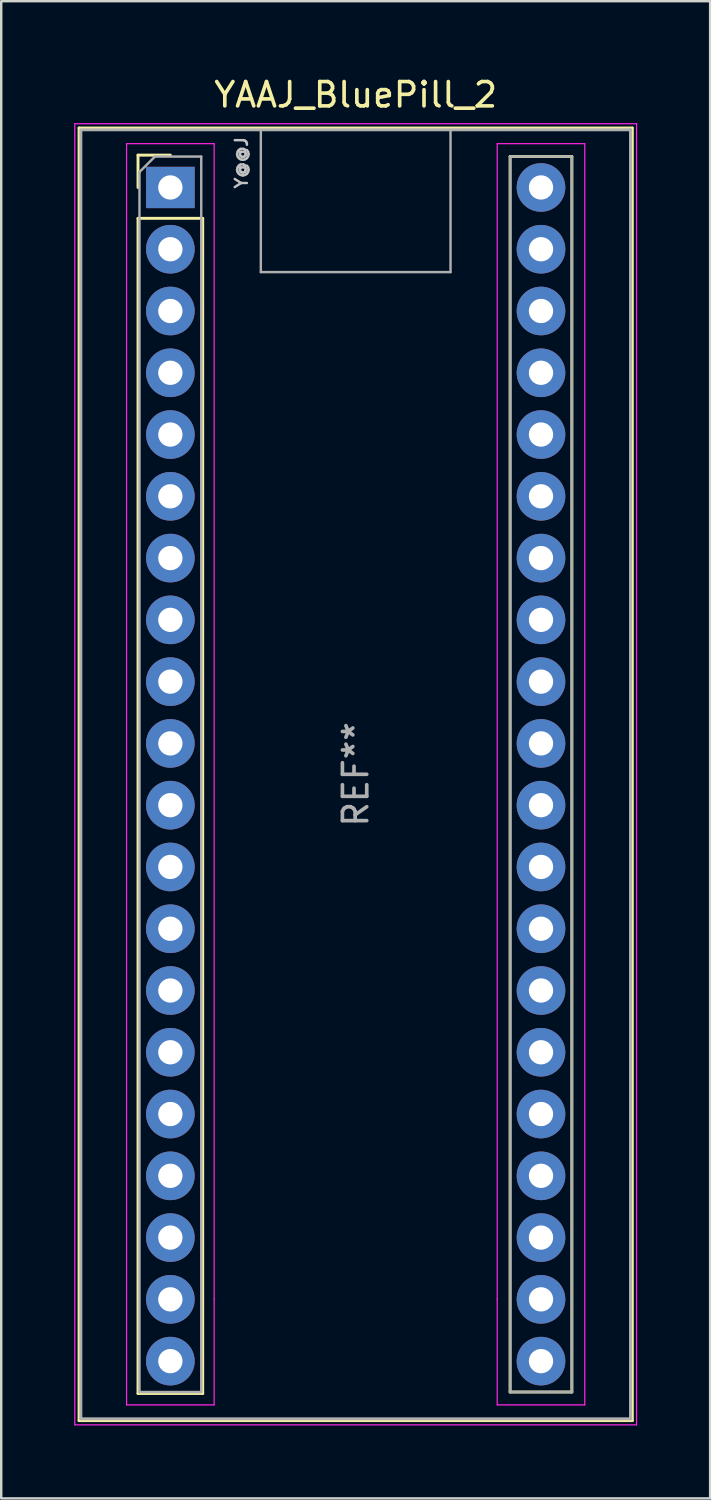
<source format=kicad_pcb>
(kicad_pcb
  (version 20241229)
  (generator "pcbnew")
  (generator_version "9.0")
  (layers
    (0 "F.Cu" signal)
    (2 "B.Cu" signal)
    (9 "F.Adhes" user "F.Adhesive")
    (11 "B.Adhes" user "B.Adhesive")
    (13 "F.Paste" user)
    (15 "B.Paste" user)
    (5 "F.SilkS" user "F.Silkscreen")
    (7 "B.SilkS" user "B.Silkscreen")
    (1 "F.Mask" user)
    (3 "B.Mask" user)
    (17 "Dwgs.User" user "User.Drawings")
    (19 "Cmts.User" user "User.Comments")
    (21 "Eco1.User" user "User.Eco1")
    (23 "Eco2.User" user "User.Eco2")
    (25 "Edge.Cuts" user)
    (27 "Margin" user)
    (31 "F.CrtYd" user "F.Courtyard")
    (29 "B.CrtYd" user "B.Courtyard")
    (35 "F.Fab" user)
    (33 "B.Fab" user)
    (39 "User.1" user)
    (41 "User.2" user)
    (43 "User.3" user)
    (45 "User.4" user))
  (footprint "YAAJ_BluePill_2"
    (layer "F.Cu")
    (at 3.955 4.658)
    (property "Reference" "YAAJ_BluePill_2" (at 7.62 -3.81 0) (layer "F.SilkS") (effects (font (size 1 1) (thickness 0.15))))
    (attr through_hole)
    (fp_line (start -3.755 -2.445) (end 18.995 -2.445) (stroke (width 0.12) (type solid)) (layer "F.SilkS"))
    (fp_line (start -3.755 50.705) (end -3.755 -2.445) (stroke (width 0.12) (type solid)) (layer "F.SilkS"))
    (fp_line (start -1.33 -1.33) (end 0 -1.33) (stroke (width 0.12) (type solid)) (layer "F.SilkS"))
    (fp_line (start -1.33 0) (end -1.33 -1.33) (stroke (width 0.12) (type solid)) (layer "F.SilkS"))
    (fp_line (start -1.33 1.27) (end 1.33 1.27) (stroke (width 0.12) (type solid)) (layer "F.SilkS"))
    (fp_line (start -1.33 49.59) (end -1.33 1.27) (stroke (width 0.12) (type solid)) (layer "F.SilkS"))
    (fp_line (start 1.33 1.27) (end 1.33 49.59) (stroke (width 0.12) (type solid)) (layer "F.SilkS"))
    (fp_line (start 1.33 49.59) (end -1.33 49.59) (stroke (width 0.12) (type solid)) (layer "F.SilkS"))
    (fp_line (start 13.97 -1.27) (end 16.51 -1.27) (stroke (width 0.12) (type solid)) (layer "F.SilkS"))
    (fp_line (start 13.97 49.53) (end 13.97 -1.27) (stroke (width 0.12) (type solid)) (layer "F.SilkS"))
    (fp_line (start 16.51 -1.27) (end 16.51 49.53) (stroke (width 0.12) (type solid)) (layer "F.SilkS"))
    (fp_line (start 16.51 49.53) (end 13.97 49.53) (stroke (width 0.12) (type solid)) (layer "F.SilkS"))
    (fp_line (start 18.995 -2.445) (end 18.995 50.705) (stroke (width 0.12) (type solid)) (layer "F.SilkS"))
    (fp_line (start 18.995 50.705) (end -3.755 50.705) (stroke (width 0.12) (type solid)) (layer "F.SilkS"))
    (fp_line (start -3.93 -2.62) (end 19.17 -2.62) (stroke (width 0.05) (type solid)) (layer "F.CrtYd"))
    (fp_line (start -3.93 50.88) (end -3.93 -2.62) (stroke (width 0.05) (type solid)) (layer "F.CrtYd"))
    (fp_line (start -1.8 -1.8) (end -1.8 50.06) (stroke (width 0.05) (type solid)) (layer "F.CrtYd"))
    (fp_line (start -1.8 50.06) (end 1.8 50.06) (stroke (width 0.05) (type solid)) (layer "F.CrtYd"))
    (fp_line (start 1.8 -1.8) (end -1.8 -1.8) (stroke (width 0.05) (type solid)) (layer "F.CrtYd"))
    (fp_line (start 1.8 -1.8) (end 1.8 45.72) (stroke (width 0.05) (type solid)) (layer "F.CrtYd"))
    (fp_line (start 1.8 45.72) (end 1.8 50.06) (stroke (width 0.05) (type solid)) (layer "F.CrtYd"))
    (fp_line (start 13.44 -1.8) (end 13.44 45.72) (stroke (width 0.05) (type solid)) (layer "F.CrtYd"))
    (fp_line (start 13.44 -1.8) (end 17.04 -1.8) (stroke (width 0.05) (type solid)) (layer "F.CrtYd"))
    (fp_line (start 13.44 45.72) (end 13.44 50.06) (stroke (width 0.05) (type solid)) (layer "F.CrtYd"))
    (fp_line (start 17.04 -1.8) (end 17.04 50.06) (stroke (width 0.05) (type solid)) (layer "F.CrtYd"))
    (fp_line (start 17.04 50.06) (end 13.44 50.06) (stroke (width 0.05) (type solid)) (layer "F.CrtYd"))
    (fp_line (start 19.17 -2.62) (end 19.17 50.88) (stroke (width 0.05) (type solid)) (layer "F.CrtYd"))
    (fp_line (start 19.17 50.88) (end -3.93 50.88) (stroke (width 0.05) (type solid)) (layer "F.CrtYd"))
    (fp_line (start -3.68 -2.37) (end 18.92 -2.37) (stroke (width 0.12) (type solid)) (layer "F.Fab"))
    (fp_line (start -3.68 50.63) (end -3.68 -2.32) (stroke (width 0.12) (type solid)) (layer "F.Fab"))
    (fp_line (start -3.68 50.63) (end 18.92 50.63) (stroke (width 0.12) (type solid)) (layer "F.Fab"))
    (fp_line (start -1.27 -0.635) (end -0.635 -1.27) (stroke (width 0.1) (type solid)) (layer "F.Fab"))
    (fp_line (start -1.27 49.53) (end -1.27 -0.635) (stroke (width 0.1) (type solid)) (layer "F.Fab"))
    (fp_line (start -0.635 -1.27) (end 1.27 -1.27) (stroke (width 0.1) (type solid)) (layer "F.Fab"))
    (fp_line (start 1.27 -1.27) (end 1.27 49.53) (stroke (width 0.1) (type solid)) (layer "F.Fab"))
    (fp_line (start 1.27 49.53) (end -1.27 49.53) (stroke (width 0.1) (type solid)) (layer "F.Fab"))
    (fp_line (start 3.72 3.48) (end 3.72 -2.32) (stroke (width 0.1) (type solid)) (layer "F.Fab"))
    (fp_line (start 3.72 3.48) (end 11.52 3.48) (stroke (width 0.1) (type solid)) (layer "F.Fab"))
    (fp_line (start 11.52 3.48) (end 11.52 -2.32) (stroke (width 0.1) (type solid)) (layer "F.Fab"))
    (fp_line (start 13.97 -1.27) (end 16.51 -1.27) (stroke (width 0.1) (type solid)) (layer "F.Fab"))
    (fp_line (start 13.97 49.53) (end 13.97 -1.27) (stroke (width 0.1) (type solid)) (layer "F.Fab"))
    (fp_line (start 16.51 -1.27) (end 16.51 49.53) (stroke (width 0.1) (type solid)) (layer "F.Fab"))
    (fp_line (start 16.51 49.53) (end 13.97 49.53) (stroke (width 0.1) (type solid)) (layer "F.Fab"))
    (fp_line (start 18.92 -2.37) (end 18.92 50.63) (stroke (width 0.12) (type solid)) (layer "F.Fab"))
    (fp_text user "Y@@J" (at 2.921 -1.016 90) (unlocked yes) (layer "Dwgs.User") (effects (font (size 0.5 0.5) (thickness 0.1))))
    (fp_text user "REF**" (at 7.62 24.13 90) (layer "F.Fab") (effects (font (size 1 1) (thickness 0.15))))
    (pad "1" thru_hole rect (at 0 0) (size 2 1.7) (drill 1) (layers "*.Cu" "*.Mask"))
    (pad "2" thru_hole circle (at 0 2.54) (size 2 2) (drill 1) (layers "*.Cu" "*.Mask"))
    (pad "3" thru_hole circle (at 0 5.08) (size 2 2) (drill 1) (layers "*.Cu" "*.Mask"))
    (pad "4" thru_hole circle (at 0 7.62) (size 2 2) (drill 1) (layers "*.Cu" "*.Mask"))
    (pad "5" thru_hole circle (at 0 10.16) (size 2 2) (drill 1) (layers "*.Cu" "*.Mask"))
    (pad "6" thru_hole circle (at 0 12.7) (size 2 2) (drill 1) (layers "*.Cu" "*.Mask"))
    (pad "7" thru_hole circle (at 0 15.24) (size 2 2) (drill 1) (layers "*.Cu" "*.Mask"))
    (pad "8" thru_hole circle (at 0 17.78) (size 2 2) (drill 1) (layers "*.Cu" "*.Mask"))
    (pad "9" thru_hole circle (at 0 20.32) (size 2 2) (drill 1) (layers "*.Cu" "*.Mask"))
    (pad "10" thru_hole circle (at 0 22.86) (size 2 2) (drill 1) (layers "*.Cu" "*.Mask"))
    (pad "11" thru_hole circle (at 0 25.4) (size 2 2) (drill 1) (layers "*.Cu" "*.Mask"))
    (pad "12" thru_hole circle (at 0 27.94) (size 2 2) (drill 1) (layers "*.Cu" "*.Mask"))
    (pad "13" thru_hole circle (at 0 30.48) (size 2 2) (drill 1) (layers "*.Cu" "*.Mask"))
    (pad "14" thru_hole circle (at 0 33.02) (size 2 2) (drill 1) (layers "*.Cu" "*.Mask"))
    (pad "15" thru_hole circle (at 0 35.56) (size 2 2) (drill 1) (layers "*.Cu" "*.Mask"))
    (pad "16" thru_hole circle (at 0 38.1) (size 2 2) (drill 1) (layers "*.Cu" "*.Mask"))
    (pad "17" thru_hole circle (at 0 40.64) (size 2 2) (drill 1) (layers "*.Cu" "*.Mask"))
    (pad "18" thru_hole circle (at 0 43.18) (size 2 2) (drill 1) (layers "*.Cu" "*.Mask"))
    (pad "19" thru_hole circle (at 0 45.72) (size 2 2) (drill 1) (layers "*.Cu" "*.Mask"))
    (pad "20" thru_hole circle (at 0 48.26) (size 2 2) (drill 1) (layers "*.Cu" "*.Mask"))
    (pad "21" thru_hole circle (at 15.24 48.26) (size 2 2) (drill 1) (layers "*.Cu" "*.Mask"))
    (pad "22" thru_hole circle (at 15.24 45.72) (size 2 2) (drill 1) (layers "*.Cu" "*.Mask"))
    (pad "23" thru_hole circle (at 15.24 43.18) (size 2 2) (drill 1) (layers "*.Cu" "*.Mask"))
    (pad "24" thru_hole circle (at 15.24 40.64) (size 2 2) (drill 1) (layers "*.Cu" "*.Mask"))
    (pad "25" thru_hole circle (at 15.24 38.1) (size 2 2) (drill 1) (layers "*.Cu" "*.Mask"))
    (pad "26" thru_hole circle (at 15.24 35.56) (size 2 2) (drill 1) (layers "*.Cu" "*.Mask"))
    (pad "27" thru_hole circle (at 15.24 33.02) (size 2 2) (drill 1) (layers "*.Cu" "*.Mask"))
    (pad "28" thru_hole circle (at 15.24 30.48) (size 2 2) (drill 1) (layers "*.Cu" "*.Mask"))
    (pad "29" thru_hole circle (at 15.24 27.94) (size 2 2) (drill 1) (layers "*.Cu" "*.Mask"))
    (pad "30" thru_hole circle (at 15.24 25.4) (size 2 2) (drill 1) (layers "*.Cu" "*.Mask"))
    (pad "31" thru_hole circle (at 15.24 22.86) (size 2 2) (drill 1) (layers "*.Cu" "*.Mask"))
    (pad "32" thru_hole circle (at 15.24 20.32) (size 2 2) (drill 1) (layers "*.Cu" "*.Mask"))
    (pad "33" thru_hole circle (at 15.24 17.78) (size 2 2) (drill 1) (layers "*.Cu" "*.Mask"))
    (pad "34" thru_hole circle (at 15.24 15.24) (size 2 2) (drill 1) (layers "*.Cu" "*.Mask"))
    (pad "35" thru_hole circle (at 15.24 12.7) (size 2 2) (drill 1) (layers "*.Cu" "*.Mask"))
    (pad "36" thru_hole circle (at 15.24 10.16) (size 2 2) (drill 1) (layers "*.Cu" "*.Mask"))
    (pad "37" thru_hole circle (at 15.24 7.62) (size 2 2) (drill 1) (layers "*.Cu" "*.Mask"))
    (pad "38" thru_hole circle (at 15.24 5.08) (size 2 2) (drill 1) (layers "*.Cu" "*.Mask"))
    (pad "39" thru_hole circle (at 15.24 2.54) (size 2 2) (drill 1) (layers "*.Cu" "*.Mask"))
    (pad "40" thru_hole circle (at 15.24 0) (size 2 2) (drill 1) (layers "*.Cu" "*.Mask")))
  (gr_rect
    (start -3 -3)
    (end 26.15 58.563)
    (stroke (width 0.1) (type default))
    (fill no)
    (layer "Edge.Cuts")))
</source>
